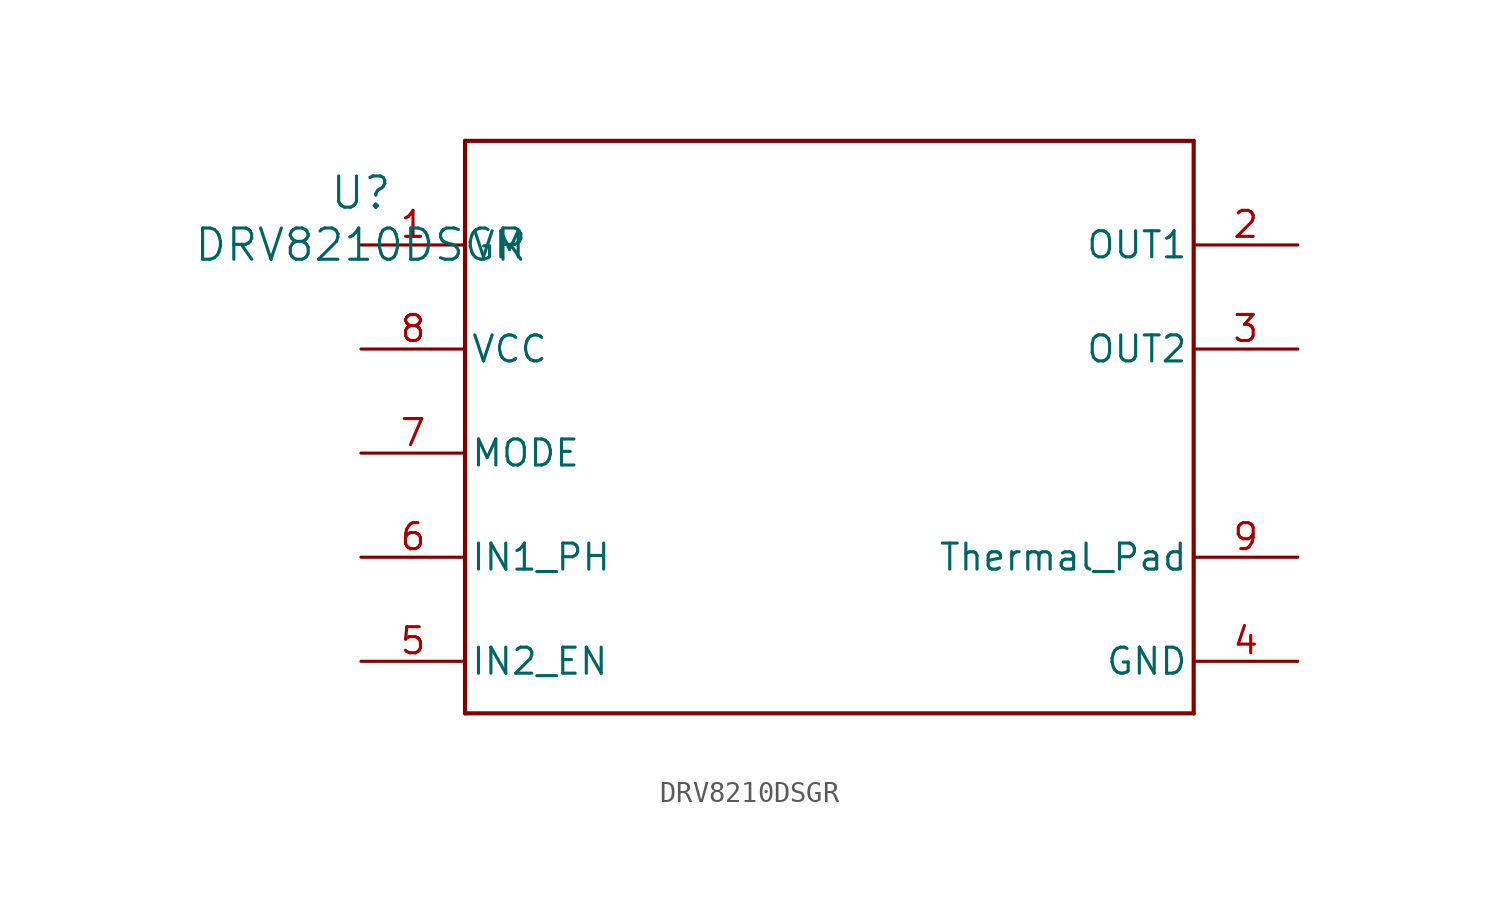
<source format=kicad_sym>
(kicad_symbol_lib
  (version 20211014)
  (generator kicad_symbol_editor)
  (symbol "DRV8210DSGR"
    (pin_names
      (offset 0.254))
    (property "Reference" "U"
      (at 0 2.54 0)
      (effects (font (size 1.524 1.524))))
    (property "Value" "DRV8210DSGR"
      (at 0 0 0)
      (effects (font (size 1.524 1.524))))
    (symbol "DRV8210DSGR_0_1"
      (polyline (pts (xy 5.08 -22.86) (xy 40.64 -22.86)) (stroke (width 0.203) (type default) (color 0 0 0 0)) (fill (type none)))
      (polyline (pts (xy 40.64 -22.86) (xy 40.64 5.08)) (stroke (width 0.203) (type default) (color 0 0 0 0)) (fill (type none)))
      (polyline (pts (xy 40.64 5.08) (xy 5.08 5.08)) (stroke (width 0.203) (type default) (color 0 0 0 0)) (fill (type none)))
      (polyline (pts (xy 5.08 5.08) (xy 5.08 -22.86)) (stroke (width 0.203) (type default) (color 0 0 0 0)) (fill (type none)))
      (pin power_in line (at 0 0 0) (length 5.08) (name "VM" (effects (font (size 1.27 1.27)))) (number "1" (effects (font (size 1.27 1.27)))))
      (pin output line (at 45.72 0 180) (length 5.08) (name "OUT1" (effects (font (size 1.27 1.27)))) (number "2" (effects (font (size 1.27 1.27)))))
      (pin output line (at 45.72 -5.08 180) (length 5.08) (name "OUT2" (effects (font (size 1.27 1.27)))) (number "3" (effects (font (size 1.27 1.27)))))
      (pin power_in line (at 45.72 -20.32 180) (length 5.08) (name "GND" (effects (font (size 1.27 1.27)))) (number "4" (effects (font (size 1.27 1.27)))))
      (pin input line (at 0 -20.32 0) (length 5.08) (name "IN2_EN" (effects (font (size 1.27 1.27)))) (number "5" (effects (font (size 1.27 1.27)))))
      (pin input line (at 0 -15.24 0) (length 5.08) (name "IN1_PH" (effects (font (size 1.27 1.27)))) (number "6" (effects (font (size 1.27 1.27)))))
      (pin unspecified line (at 0 -10.16 0) (length 5.08) (name "MODE" (effects (font (size 1.27 1.27)))) (number "7" (effects (font (size 1.27 1.27)))))
      (pin power_in line (at 0 -5.08 0) (length 5.08) (name "VCC" (effects (font (size 1.27 1.27)))) (number "8" (effects (font (size 1.27 1.27)))))
      (pin power_in line (at 45.72 -15.24 180) (length 5.08) (name "Thermal_Pad" (effects (font (size 1.27 1.27)))) (number "9" (effects (font (size 1.27 1.27))))))))
</source>
